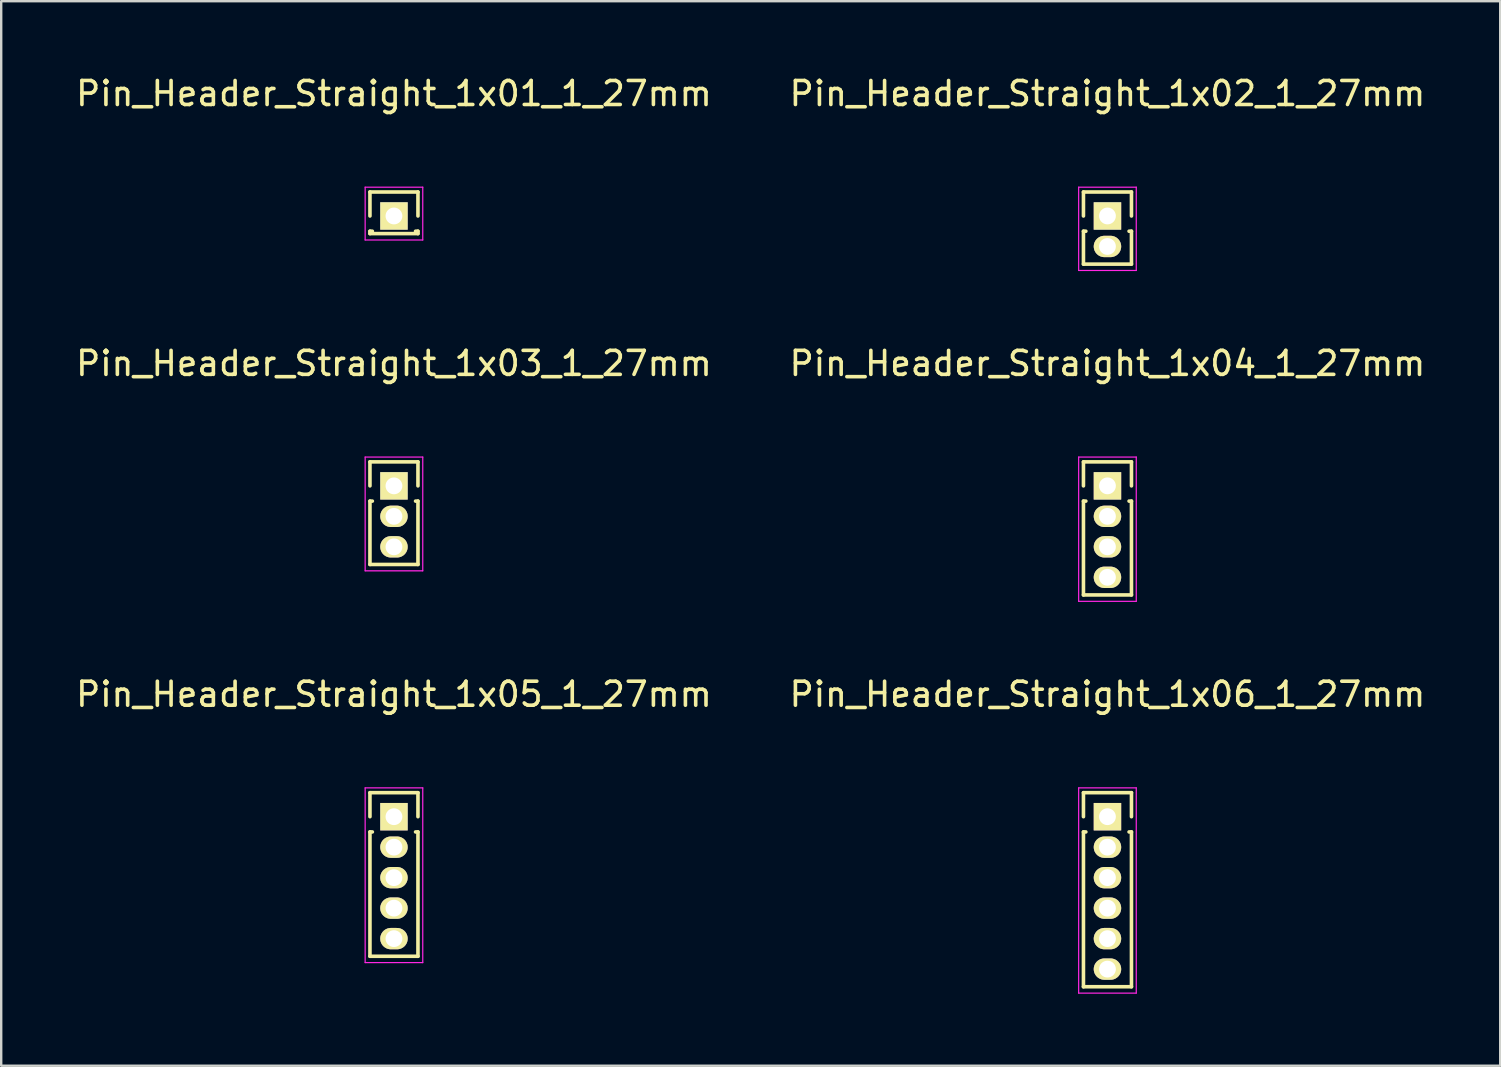
<source format=kicad_pcb>
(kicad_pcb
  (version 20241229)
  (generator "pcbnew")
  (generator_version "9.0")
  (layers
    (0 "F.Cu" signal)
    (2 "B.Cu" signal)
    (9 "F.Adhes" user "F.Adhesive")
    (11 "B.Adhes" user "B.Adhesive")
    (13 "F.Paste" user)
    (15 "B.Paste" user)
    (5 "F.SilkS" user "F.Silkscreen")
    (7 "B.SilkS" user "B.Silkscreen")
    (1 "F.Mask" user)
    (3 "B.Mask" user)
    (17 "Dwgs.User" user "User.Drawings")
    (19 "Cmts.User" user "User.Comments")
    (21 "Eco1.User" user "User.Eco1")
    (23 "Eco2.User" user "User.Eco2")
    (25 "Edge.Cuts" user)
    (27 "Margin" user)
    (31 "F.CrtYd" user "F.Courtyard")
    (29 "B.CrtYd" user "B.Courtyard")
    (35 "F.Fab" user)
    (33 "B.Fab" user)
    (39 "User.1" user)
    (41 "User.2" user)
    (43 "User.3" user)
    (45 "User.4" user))
  (footprint "Pin_Header_Straight_1x01_1_27mm"
    (layer "F.Cu")
    (at 13.363 5.948)
    (property "Reference" "Pin_Header_Straight_1x01_1_27mm" (at 0 -5.1 0) (layer "F.SilkS") (effects (font (size 1 1) (thickness 0.15))))
    (attr through_hole)
    (fp_line (start -1 -1) (end 1 -1) (stroke (width 0.15) (type solid)) (layer "F.SilkS"))
    (fp_line (start -1 0) (end -1 -1) (stroke (width 0.15) (type solid)) (layer "F.SilkS"))
    (fp_line (start -1 0.635) (end -1 0.735) (stroke (width 0.15) (type solid)) (layer "F.SilkS"))
    (fp_line (start -1 0.735) (end 1 0.735) (stroke (width 0.15) (type solid)) (layer "F.SilkS"))
    (fp_line (start -0.9 0.635) (end -1 0.635) (stroke (width 0.15) (type solid)) (layer "F.SilkS"))
    (fp_line (start 0.9 0.635) (end 1 0.635) (stroke (width 0.15) (type solid)) (layer "F.SilkS"))
    (fp_line (start 1 -1) (end 1 0) (stroke (width 0.15) (type solid)) (layer "F.SilkS"))
    (fp_line (start 1 0.635) (end 1 0.735) (stroke (width 0.15) (type solid)) (layer "F.SilkS"))
    (fp_line (start -1.2 -1.2) (end -1.2 1) (stroke (width 0.05) (type solid)) (layer "F.CrtYd"))
    (fp_line (start -1.2 -1.2) (end 1.2 -1.2) (stroke (width 0.05) (type solid)) (layer "F.CrtYd"))
    (fp_line (start -1.2 1) (end 1.2 1) (stroke (width 0.05) (type solid)) (layer "F.CrtYd"))
    (fp_line (start 1.2 -1.2) (end 1.2 1) (stroke (width 0.05) (type solid)) (layer "F.CrtYd"))
    (pad "1" thru_hole rect (at 0 0) (size 1.143 1.143) (drill 0.7) (layers "*.Cu" "*.Mask" "F.SilkS")))
  (footprint "Pin_Header_Straight_1x02_1_27mm"
    (layer "F.Cu")
    (at 43.089 5.948)
    (property "Reference" "Pin_Header_Straight_1x02_1_27mm" (at 0 -5.1 0) (layer "F.SilkS") (effects (font (size 1 1) (thickness 0.15))))
    (attr through_hole)
    (fp_line (start -1 -1) (end 1 -1) (stroke (width 0.15) (type solid)) (layer "F.SilkS"))
    (fp_line (start -1 0) (end -1 -1) (stroke (width 0.15) (type solid)) (layer "F.SilkS"))
    (fp_line (start -1 0.635) (end -1 2.005) (stroke (width 0.15) (type solid)) (layer "F.SilkS"))
    (fp_line (start -1 2.005) (end 1 2.005) (stroke (width 0.15) (type solid)) (layer "F.SilkS"))
    (fp_line (start -0.9 0.635) (end -1 0.635) (stroke (width 0.15) (type solid)) (layer "F.SilkS"))
    (fp_line (start 0.9 0.635) (end 1 0.635) (stroke (width 0.15) (type solid)) (layer "F.SilkS"))
    (fp_line (start 1 -1) (end 1 0) (stroke (width 0.15) (type solid)) (layer "F.SilkS"))
    (fp_line (start 1 0.635) (end 1 2.005) (stroke (width 0.15) (type solid)) (layer "F.SilkS"))
    (fp_line (start -1.2 -1.2) (end -1.2 2.27) (stroke (width 0.05) (type solid)) (layer "F.CrtYd"))
    (fp_line (start -1.2 -1.2) (end 1.2 -1.2) (stroke (width 0.05) (type solid)) (layer "F.CrtYd"))
    (fp_line (start -1.2 2.27) (end 1.2 2.27) (stroke (width 0.05) (type solid)) (layer "F.CrtYd"))
    (fp_line (start 1.2 -1.2) (end 1.2 2.27) (stroke (width 0.05) (type solid)) (layer "F.CrtYd"))
    (pad "1" thru_hole rect (at 0 0) (size 1.143 1.143) (drill 0.7) (layers "*.Cu" "*.Mask" "F.SilkS"))
    (pad "2" thru_hole oval (at 0 1.27) (size 1.143 0.889) (drill 0.7) (layers "*.Cu" "*.Mask" "F.SilkS")))
  (footprint "Pin_Header_Straight_1x06_1_27mm"
    (layer "F.Cu")
    (at 43.089 30.975)
    (property "Reference" "Pin_Header_Straight_1x06_1_27mm" (at 0 -5.1 0) (layer "F.SilkS") (effects (font (size 1 1) (thickness 0.15))))
    (attr through_hole)
    (fp_line (start -1 -1) (end 1 -1) (stroke (width 0.15) (type solid)) (layer "F.SilkS"))
    (fp_line (start -1 0) (end -1 -1) (stroke (width 0.15) (type solid)) (layer "F.SilkS"))
    (fp_line (start -1 0.635) (end -1 7.085) (stroke (width 0.15) (type solid)) (layer "F.SilkS"))
    (fp_line (start -1 7.085) (end 1 7.085) (stroke (width 0.15) (type solid)) (layer "F.SilkS"))
    (fp_line (start -0.9 0.635) (end -1 0.635) (stroke (width 0.15) (type solid)) (layer "F.SilkS"))
    (fp_line (start 0.9 0.635) (end 1 0.635) (stroke (width 0.15) (type solid)) (layer "F.SilkS"))
    (fp_line (start 1 -1) (end 1 0) (stroke (width 0.15) (type solid)) (layer "F.SilkS"))
    (fp_line (start 1 0.635) (end 1 7.085) (stroke (width 0.15) (type solid)) (layer "F.SilkS"))
    (fp_line (start -1.2 -1.2) (end -1.2 7.35) (stroke (width 0.05) (type solid)) (layer "F.CrtYd"))
    (fp_line (start -1.2 -1.2) (end 1.2 -1.2) (stroke (width 0.05) (type solid)) (layer "F.CrtYd"))
    (fp_line (start -1.2 7.35) (end 1.2 7.35) (stroke (width 0.05) (type solid)) (layer "F.CrtYd"))
    (fp_line (start 1.2 -1.2) (end 1.2 7.35) (stroke (width 0.05) (type solid)) (layer "F.CrtYd"))
    (pad "1" thru_hole rect (at 0 0) (size 1.143 1.143) (drill 0.7) (layers "*.Cu" "*.Mask" "F.SilkS"))
    (pad "2" thru_hole oval (at 0 1.27) (size 1.143 0.889) (drill 0.7) (layers "*.Cu" "*.Mask" "F.SilkS"))
    (pad "3" thru_hole oval (at 0 2.54) (size 1.143 0.889) (drill 0.7) (layers "*.Cu" "*.Mask" "F.SilkS"))
    (pad "4" thru_hole oval (at 0 3.81) (size 1.143 0.889) (drill 0.7) (layers "*.Cu" "*.Mask" "F.SilkS"))
    (pad "5" thru_hole oval (at 0 5.08) (size 1.143 0.889) (drill 0.7) (layers "*.Cu" "*.Mask" "F.SilkS"))
    (pad "6" thru_hole oval (at 0 6.35) (size 1.143 0.889) (drill 0.7) (layers "*.Cu" "*.Mask" "F.SilkS")))
  (footprint "Pin_Header_Straight_1x03_1_27mm"
    (layer "F.Cu")
    (at 13.363 17.192)
    (property "Reference" "Pin_Header_Straight_1x03_1_27mm" (at 0 -5.1 0) (layer "F.SilkS") (effects (font (size 1 1) (thickness 0.15))))
    (attr through_hole)
    (fp_line (start -1 -1) (end 1 -1) (stroke (width 0.15) (type solid)) (layer "F.SilkS"))
    (fp_line (start -1 0) (end -1 -1) (stroke (width 0.15) (type solid)) (layer "F.SilkS"))
    (fp_line (start -1 0.635) (end -1 3.275) (stroke (width 0.15) (type solid)) (layer "F.SilkS"))
    (fp_line (start -1 3.275) (end 1 3.275) (stroke (width 0.15) (type solid)) (layer "F.SilkS"))
    (fp_line (start -0.9 0.635) (end -1 0.635) (stroke (width 0.15) (type solid)) (layer "F.SilkS"))
    (fp_line (start 0.9 0.635) (end 1 0.635) (stroke (width 0.15) (type solid)) (layer "F.SilkS"))
    (fp_line (start 1 -1) (end 1 0) (stroke (width 0.15) (type solid)) (layer "F.SilkS"))
    (fp_line (start 1 0.635) (end 1 3.275) (stroke (width 0.15) (type solid)) (layer "F.SilkS"))
    (fp_line (start -1.2 -1.2) (end -1.2 3.54) (stroke (width 0.05) (type solid)) (layer "F.CrtYd"))
    (fp_line (start -1.2 -1.2) (end 1.2 -1.2) (stroke (width 0.05) (type solid)) (layer "F.CrtYd"))
    (fp_line (start -1.2 3.54) (end 1.2 3.54) (stroke (width 0.05) (type solid)) (layer "F.CrtYd"))
    (fp_line (start 1.2 -1.2) (end 1.2 3.54) (stroke (width 0.05) (type solid)) (layer "F.CrtYd"))
    (pad "1" thru_hole rect (at 0 0) (size 1.143 1.143) (drill 0.7) (layers "*.Cu" "*.Mask" "F.SilkS"))
    (pad "2" thru_hole oval (at 0 1.27) (size 1.143 0.889) (drill 0.7) (layers "*.Cu" "*.Mask" "F.SilkS"))
    (pad "3" thru_hole oval (at 0 2.54) (size 1.143 0.889) (drill 0.7) (layers "*.Cu" "*.Mask" "F.SilkS")))
  (footprint "Pin_Header_Straight_1x04_1_27mm"
    (layer "F.Cu")
    (at 43.089 17.192)
    (property "Reference" "Pin_Header_Straight_1x04_1_27mm" (at 0 -5.1 0) (layer "F.SilkS") (effects (font (size 1 1) (thickness 0.15))))
    (attr through_hole)
    (fp_line (start -1 -1) (end 1 -1) (stroke (width 0.15) (type solid)) (layer "F.SilkS"))
    (fp_line (start -1 0) (end -1 -1) (stroke (width 0.15) (type solid)) (layer "F.SilkS"))
    (fp_line (start -1 0.635) (end -1 4.545) (stroke (width 0.15) (type solid)) (layer "F.SilkS"))
    (fp_line (start -1 4.545) (end 1 4.545) (stroke (width 0.15) (type solid)) (layer "F.SilkS"))
    (fp_line (start -0.9 0.635) (end -1 0.635) (stroke (width 0.15) (type solid)) (layer "F.SilkS"))
    (fp_line (start 0.9 0.635) (end 1 0.635) (stroke (width 0.15) (type solid)) (layer "F.SilkS"))
    (fp_line (start 1 -1) (end 1 0) (stroke (width 0.15) (type solid)) (layer "F.SilkS"))
    (fp_line (start 1 0.635) (end 1 4.545) (stroke (width 0.15) (type solid)) (layer "F.SilkS"))
    (fp_line (start -1.2 -1.2) (end -1.2 4.81) (stroke (width 0.05) (type solid)) (layer "F.CrtYd"))
    (fp_line (start -1.2 -1.2) (end 1.2 -1.2) (stroke (width 0.05) (type solid)) (layer "F.CrtYd"))
    (fp_line (start -1.2 4.81) (end 1.2 4.81) (stroke (width 0.05) (type solid)) (layer "F.CrtYd"))
    (fp_line (start 1.2 -1.2) (end 1.2 4.81) (stroke (width 0.05) (type solid)) (layer "F.CrtYd"))
    (pad "1" thru_hole rect (at 0 0) (size 1.143 1.143) (drill 0.7) (layers "*.Cu" "*.Mask" "F.SilkS"))
    (pad "2" thru_hole oval (at 0 1.27) (size 1.143 0.889) (drill 0.7) (layers "*.Cu" "*.Mask" "F.SilkS"))
    (pad "3" thru_hole oval (at 0 2.54) (size 1.143 0.889) (drill 0.7) (layers "*.Cu" "*.Mask" "F.SilkS"))
    (pad "4" thru_hole oval (at 0 3.81) (size 1.143 0.889) (drill 0.7) (layers "*.Cu" "*.Mask" "F.SilkS")))
  (footprint "Pin_Header_Straight_1x05_1_27mm"
    (layer "F.Cu")
    (at 13.363 30.975)
    (property "Reference" "Pin_Header_Straight_1x05_1_27mm" (at 0 -5.1 0) (layer "F.SilkS") (effects (font (size 1 1) (thickness 0.15))))
    (attr through_hole)
    (fp_line (start -1 -1) (end 1 -1) (stroke (width 0.15) (type solid)) (layer "F.SilkS"))
    (fp_line (start -1 0) (end -1 -1) (stroke (width 0.15) (type solid)) (layer "F.SilkS"))
    (fp_line (start -1 0.635) (end -1 5.815) (stroke (width 0.15) (type solid)) (layer "F.SilkS"))
    (fp_line (start -1 5.815) (end 1 5.815) (stroke (width 0.15) (type solid)) (layer "F.SilkS"))
    (fp_line (start -0.9 0.635) (end -1 0.635) (stroke (width 0.15) (type solid)) (layer "F.SilkS"))
    (fp_line (start 0.9 0.635) (end 1 0.635) (stroke (width 0.15) (type solid)) (layer "F.SilkS"))
    (fp_line (start 1 -1) (end 1 0) (stroke (width 0.15) (type solid)) (layer "F.SilkS"))
    (fp_line (start 1 0.635) (end 1 5.815) (stroke (width 0.15) (type solid)) (layer "F.SilkS"))
    (fp_line (start -1.2 -1.2) (end -1.2 6.08) (stroke (width 0.05) (type solid)) (layer "F.CrtYd"))
    (fp_line (start -1.2 -1.2) (end 1.2 -1.2) (stroke (width 0.05) (type solid)) (layer "F.CrtYd"))
    (fp_line (start -1.2 6.08) (end 1.2 6.08) (stroke (width 0.05) (type solid)) (layer "F.CrtYd"))
    (fp_line (start 1.2 -1.2) (end 1.2 6.08) (stroke (width 0.05) (type solid)) (layer "F.CrtYd"))
    (pad "1" thru_hole rect (at 0 0) (size 1.143 1.143) (drill 0.7) (layers "*.Cu" "*.Mask" "F.SilkS"))
    (pad "2" thru_hole oval (at 0 1.27) (size 1.143 0.889) (drill 0.7) (layers "*.Cu" "*.Mask" "F.SilkS"))
    (pad "3" thru_hole oval (at 0 2.54) (size 1.143 0.889) (drill 0.7) (layers "*.Cu" "*.Mask" "F.SilkS"))
    (pad "4" thru_hole oval (at 0 3.81) (size 1.143 0.889) (drill 0.7) (layers "*.Cu" "*.Mask" "F.SilkS"))
    (pad "5" thru_hole oval (at 0 5.08) (size 1.143 0.889) (drill 0.7) (layers "*.Cu" "*.Mask" "F.SilkS")))
  (gr_rect
    (start -3 -3)
    (end 59.452 41.35)
    (stroke (width 0.1) (type default))
    (fill no)
    (layer "Edge.Cuts")))
</source>
